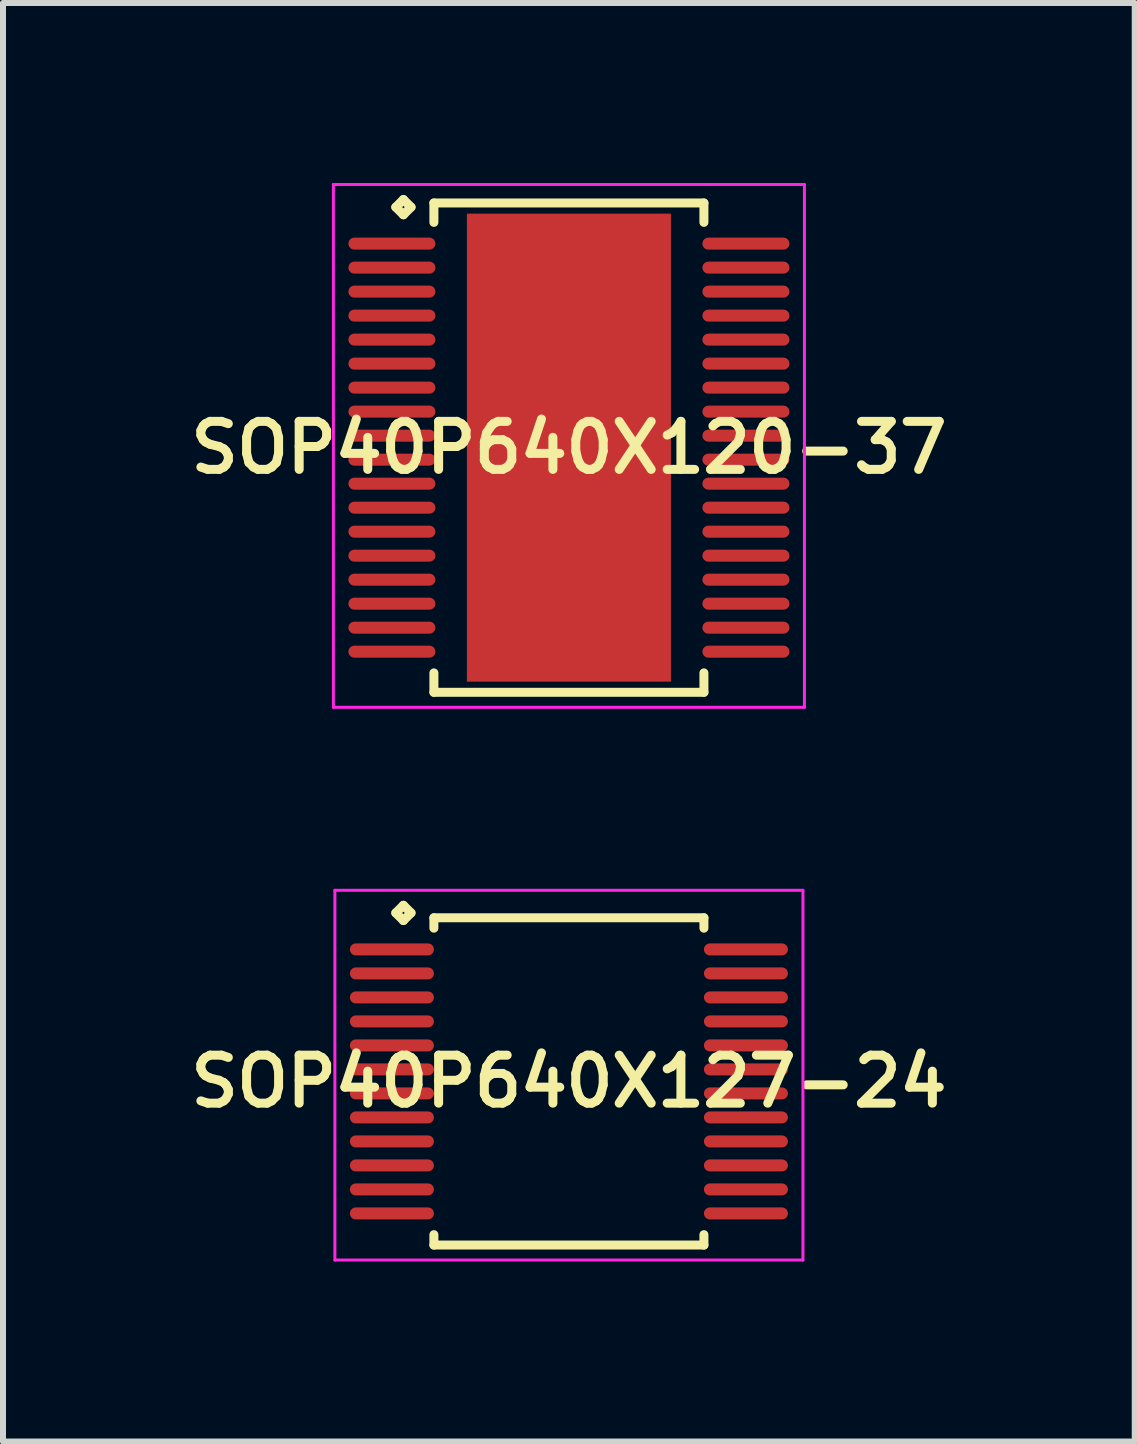
<source format=kicad_pcb>
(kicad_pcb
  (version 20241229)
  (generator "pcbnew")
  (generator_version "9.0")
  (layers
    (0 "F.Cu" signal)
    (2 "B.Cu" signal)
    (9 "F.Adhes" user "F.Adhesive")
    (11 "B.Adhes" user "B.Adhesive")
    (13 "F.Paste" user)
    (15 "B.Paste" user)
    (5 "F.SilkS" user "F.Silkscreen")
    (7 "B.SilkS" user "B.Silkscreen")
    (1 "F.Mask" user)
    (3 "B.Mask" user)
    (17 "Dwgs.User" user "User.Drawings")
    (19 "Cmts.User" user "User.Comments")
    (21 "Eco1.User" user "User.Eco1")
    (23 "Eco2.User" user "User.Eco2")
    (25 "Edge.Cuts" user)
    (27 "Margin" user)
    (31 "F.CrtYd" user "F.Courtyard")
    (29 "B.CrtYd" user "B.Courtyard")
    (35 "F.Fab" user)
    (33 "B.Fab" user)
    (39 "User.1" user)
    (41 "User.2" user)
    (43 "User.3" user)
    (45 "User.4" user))
  (footprint "SOP40P640X127-24"
    (layer "F.Cu")
    (at 6.431 14.972)
    (property "Reference" "SOP40P640X127-24" (at 0 0 0) (layer "F.SilkS") (effects (font (size 0.8 0.8) (thickness 0.15))))
    (attr smd)
    (fp_line (start -2.885 -2.808) (end -2.758 -2.935) (stroke (width 0.15) (type solid)) (layer "F.SilkS"))
    (fp_line (start -2.758 -2.935) (end -2.631 -2.808) (stroke (width 0.15) (type solid)) (layer "F.SilkS"))
    (fp_line (start -2.758 -2.681) (end -2.885 -2.808) (stroke (width 0.15) (type solid)) (layer "F.SilkS"))
    (fp_line (start -2.631 -2.808) (end -2.758 -2.681) (stroke (width 0.15) (type solid)) (layer "F.SilkS"))
    (fp_line (start -2.25 -2.727) (end 2.25 -2.727) (stroke (width 0.15) (type solid)) (layer "F.SilkS"))
    (fp_line (start -2.25 -2.554) (end -2.25 -2.727) (stroke (width 0.15) (type solid)) (layer "F.SilkS"))
    (fp_line (start -2.25 2.554) (end -2.25 2.727) (stroke (width 0.15) (type solid)) (layer "F.SilkS"))
    (fp_line (start -2.25 2.727) (end 2.25 2.727) (stroke (width 0.15) (type solid)) (layer "F.SilkS"))
    (fp_line (start 2.25 -2.727) (end 2.25 -2.554) (stroke (width 0.15) (type solid)) (layer "F.SilkS"))
    (fp_line (start 2.25 2.727) (end 2.25 2.554) (stroke (width 0.15) (type solid)) (layer "F.SilkS"))
    (fp_line (start -3.9 -3.185) (end 3.9 -3.185) (stroke (width 0.05) (type solid)) (layer "F.CrtYd"))
    (fp_line (start -3.9 2.977) (end -3.9 -3.185) (stroke (width 0.05) (type solid)) (layer "F.CrtYd"))
    (fp_line (start 3.9 -3.185) (end 3.9 2.977) (stroke (width 0.05) (type solid)) (layer "F.CrtYd"))
    (fp_line (start 3.9 2.977) (end -3.9 2.977) (stroke (width 0.05) (type solid)) (layer "F.CrtYd"))
    (pad "1" smd oval (at -2.95 -2.2) (size 1.4 0.2) (layers "F.Cu" "F.Mask" "F.Paste"))
    (pad "2" smd oval (at -2.95 -1.8) (size 1.4 0.2) (layers "F.Cu" "F.Mask" "F.Paste"))
    (pad "3" smd oval (at -2.95 -1.4) (size 1.4 0.2) (layers "F.Cu" "F.Mask" "F.Paste"))
    (pad "4" smd oval (at -2.95 -1) (size 1.4 0.2) (layers "F.Cu" "F.Mask" "F.Paste"))
    (pad "5" smd oval (at -2.95 -0.6) (size 1.4 0.2) (layers "F.Cu" "F.Mask" "F.Paste"))
    (pad "6" smd oval (at -2.95 -0.2) (size 1.4 0.2) (layers "F.Cu" "F.Mask" "F.Paste"))
    (pad "7" smd oval (at -2.95 0.2) (size 1.4 0.2) (layers "F.Cu" "F.Mask" "F.Paste"))
    (pad "8" smd oval (at -2.95 0.6) (size 1.4 0.2) (layers "F.Cu" "F.Mask" "F.Paste"))
    (pad "9" smd oval (at -2.95 1) (size 1.4 0.2) (layers "F.Cu" "F.Mask" "F.Paste"))
    (pad "10" smd oval (at -2.95 1.4) (size 1.4 0.2) (layers "F.Cu" "F.Mask" "F.Paste"))
    (pad "11" smd oval (at -2.95 1.8) (size 1.4 0.2) (layers "F.Cu" "F.Mask" "F.Paste"))
    (pad "12" smd oval (at -2.95 2.2) (size 1.4 0.2) (layers "F.Cu" "F.Mask" "F.Paste"))
    (pad "13" smd oval (at 2.95 2.2) (size 1.4 0.2) (layers "F.Cu" "F.Mask" "F.Paste"))
    (pad "14" smd oval (at 2.95 1.8) (size 1.4 0.2) (layers "F.Cu" "F.Mask" "F.Paste"))
    (pad "15" smd oval (at 2.95 1.4) (size 1.4 0.2) (layers "F.Cu" "F.Mask" "F.Paste"))
    (pad "16" smd oval (at 2.95 1) (size 1.4 0.2) (layers "F.Cu" "F.Mask" "F.Paste"))
    (pad "17" smd oval (at 2.95 0.6) (size 1.4 0.2) (layers "F.Cu" "F.Mask" "F.Paste"))
    (pad "18" smd oval (at 2.95 0.2) (size 1.4 0.2) (layers "F.Cu" "F.Mask" "F.Paste"))
    (pad "19" smd oval (at 2.95 -0.2) (size 1.4 0.2) (layers "F.Cu" "F.Mask" "F.Paste"))
    (pad "20" smd oval (at 2.95 -0.6) (size 1.4 0.2) (layers "F.Cu" "F.Mask" "F.Paste"))
    (pad "21" smd oval (at 2.95 -1) (size 1.4 0.2) (layers "F.Cu" "F.Mask" "F.Paste"))
    (pad "22" smd oval (at 2.95 -1.4) (size 1.4 0.2) (layers "F.Cu" "F.Mask" "F.Paste"))
    (pad "23" smd oval (at 2.95 -1.8) (size 1.4 0.2) (layers "F.Cu" "F.Mask" "F.Paste"))
    (pad "24" smd oval (at 2.95 -2.2) (size 1.4 0.2) (layers "F.Cu" "F.Mask" "F.Paste")))
  (footprint "SOP40P640X120-37"
    (layer "F.Cu")
    (at 6.431 4.41)
    (property "Reference" "SOP40P640X120-37" (at 0 0 0) (layer "F.SilkS") (effects (font (size 0.8 0.8) (thickness 0.15))))
    (attr smd)
    (fp_line (start -2.885 -4.008) (end -2.758 -4.135) (stroke (width 0.15) (type solid)) (layer "F.SilkS"))
    (fp_line (start -2.758 -4.135) (end -2.631 -4.008) (stroke (width 0.15) (type solid)) (layer "F.SilkS"))
    (fp_line (start -2.758 -3.881) (end -2.885 -4.008) (stroke (width 0.15) (type solid)) (layer "F.SilkS"))
    (fp_line (start -2.631 -4.008) (end -2.758 -3.881) (stroke (width 0.15) (type solid)) (layer "F.SilkS"))
    (fp_line (start -2.25 -4.077) (end 2.25 -4.077) (stroke (width 0.15) (type solid)) (layer "F.SilkS"))
    (fp_line (start -2.25 -3.754) (end -2.25 -4.077) (stroke (width 0.15) (type solid)) (layer "F.SilkS"))
    (fp_line (start -2.25 3.754) (end -2.25 4.077) (stroke (width 0.15) (type solid)) (layer "F.SilkS"))
    (fp_line (start -2.25 4.077) (end 2.25 4.077) (stroke (width 0.15) (type solid)) (layer "F.SilkS"))
    (fp_line (start 2.25 -4.077) (end 2.25 -3.754) (stroke (width 0.15) (type solid)) (layer "F.SilkS"))
    (fp_line (start 2.25 4.077) (end 2.25 3.754) (stroke (width 0.15) (type solid)) (layer "F.SilkS"))
    (fp_line (start -3.925 -4.385) (end 3.925 -4.385) (stroke (width 0.05) (type solid)) (layer "F.CrtYd"))
    (fp_line (start -3.925 4.327) (end -3.925 -4.385) (stroke (width 0.05) (type solid)) (layer "F.CrtYd"))
    (fp_line (start 3.925 -4.385) (end 3.925 4.327) (stroke (width 0.05) (type solid)) (layer "F.CrtYd"))
    (fp_line (start 3.925 4.327) (end -3.925 4.327) (stroke (width 0.05) (type solid)) (layer "F.CrtYd"))
    (pad "1" smd oval (at -2.95 -3.4) (size 1.45 0.2) (layers "F.Cu" "F.Mask" "F.Paste"))
    (pad "2" smd oval (at -2.95 -3) (size 1.45 0.2) (layers "F.Cu" "F.Mask" "F.Paste"))
    (pad "3" smd oval (at -2.95 -2.6) (size 1.45 0.2) (layers "F.Cu" "F.Mask" "F.Paste"))
    (pad "4" smd oval (at -2.95 -2.2) (size 1.45 0.2) (layers "F.Cu" "F.Mask" "F.Paste"))
    (pad "5" smd oval (at -2.95 -1.8) (size 1.45 0.2) (layers "F.Cu" "F.Mask" "F.Paste"))
    (pad "6" smd oval (at -2.95 -1.4) (size 1.45 0.2) (layers "F.Cu" "F.Mask" "F.Paste"))
    (pad "7" smd oval (at -2.95 -1) (size 1.45 0.2) (layers "F.Cu" "F.Mask" "F.Paste"))
    (pad "8" smd oval (at -2.95 -0.6) (size 1.45 0.2) (layers "F.Cu" "F.Mask" "F.Paste"))
    (pad "9" smd oval (at -2.95 -0.2) (size 1.45 0.2) (layers "F.Cu" "F.Mask" "F.Paste"))
    (pad "10" smd oval (at -2.95 0.2) (size 1.45 0.2) (layers "F.Cu" "F.Mask" "F.Paste"))
    (pad "11" smd oval (at -2.95 0.6) (size 1.45 0.2) (layers "F.Cu" "F.Mask" "F.Paste"))
    (pad "12" smd oval (at -2.95 1) (size 1.45 0.2) (layers "F.Cu" "F.Mask" "F.Paste"))
    (pad "13" smd oval (at -2.95 1.4) (size 1.45 0.2) (layers "F.Cu" "F.Mask" "F.Paste"))
    (pad "14" smd oval (at -2.95 1.8) (size 1.45 0.2) (layers "F.Cu" "F.Mask" "F.Paste"))
    (pad "15" smd oval (at -2.95 2.2) (size 1.45 0.2) (layers "F.Cu" "F.Mask" "F.Paste"))
    (pad "16" smd oval (at -2.95 2.6) (size 1.45 0.2) (layers "F.Cu" "F.Mask" "F.Paste"))
    (pad "17" smd oval (at -2.95 3) (size 1.45 0.2) (layers "F.Cu" "F.Mask" "F.Paste"))
    (pad "18" smd oval (at -2.95 3.4) (size 1.45 0.2) (layers "F.Cu" "F.Mask" "F.Paste"))
    (pad "19" smd oval (at 2.95 3.4) (size 1.45 0.2) (layers "F.Cu" "F.Mask" "F.Paste"))
    (pad "20" smd oval (at 2.95 3) (size 1.45 0.2) (layers "F.Cu" "F.Mask" "F.Paste"))
    (pad "21" smd oval (at 2.95 2.6) (size 1.45 0.2) (layers "F.Cu" "F.Mask" "F.Paste"))
    (pad "22" smd oval (at 2.95 2.2) (size 1.45 0.2) (layers "F.Cu" "F.Mask" "F.Paste"))
    (pad "23" smd oval (at 2.95 1.8) (size 1.45 0.2) (layers "F.Cu" "F.Mask" "F.Paste"))
    (pad "24" smd oval (at 2.95 1.4) (size 1.45 0.2) (layers "F.Cu" "F.Mask" "F.Paste"))
    (pad "25" smd oval (at 2.95 1) (size 1.45 0.2) (layers "F.Cu" "F.Mask" "F.Paste"))
    (pad "26" smd oval (at 2.95 0.6) (size 1.45 0.2) (layers "F.Cu" "F.Mask" "F.Paste"))
    (pad "27" smd oval (at 2.95 0.2) (size 1.45 0.2) (layers "F.Cu" "F.Mask" "F.Paste"))
    (pad "28" smd oval (at 2.95 -0.2) (size 1.45 0.2) (layers "F.Cu" "F.Mask" "F.Paste"))
    (pad "29" smd oval (at 2.95 -0.6) (size 1.45 0.2) (layers "F.Cu" "F.Mask" "F.Paste"))
    (pad "30" smd oval (at 2.95 -1) (size 1.45 0.2) (layers "F.Cu" "F.Mask" "F.Paste"))
    (pad "31" smd oval (at 2.95 -1.4) (size 1.45 0.2) (layers "F.Cu" "F.Mask" "F.Paste"))
    (pad "32" smd oval (at 2.95 -1.8) (size 1.45 0.2) (layers "F.Cu" "F.Mask" "F.Paste"))
    (pad "33" smd oval (at 2.95 -2.2) (size 1.45 0.2) (layers "F.Cu" "F.Mask" "F.Paste"))
    (pad "34" smd oval (at 2.95 -2.6) (size 1.45 0.2) (layers "F.Cu" "F.Mask" "F.Paste"))
    (pad "35" smd oval (at 2.95 -3) (size 1.45 0.2) (layers "F.Cu" "F.Mask" "F.Paste"))
    (pad "36" smd oval (at 2.95 -3.4) (size 1.45 0.2) (layers "F.Cu" "F.Mask" "F.Paste"))
    (pad "37" smd rect (at 0 0) (size 3.4 7.8) (layers "F.Cu" "F.Mask" "F.Paste")))
  (gr_rect
    (start -3 -3)
    (end 15.861 20.974)
    (stroke (width 0.1) (type default))
    (fill no)
    (layer "Edge.Cuts")))
</source>
